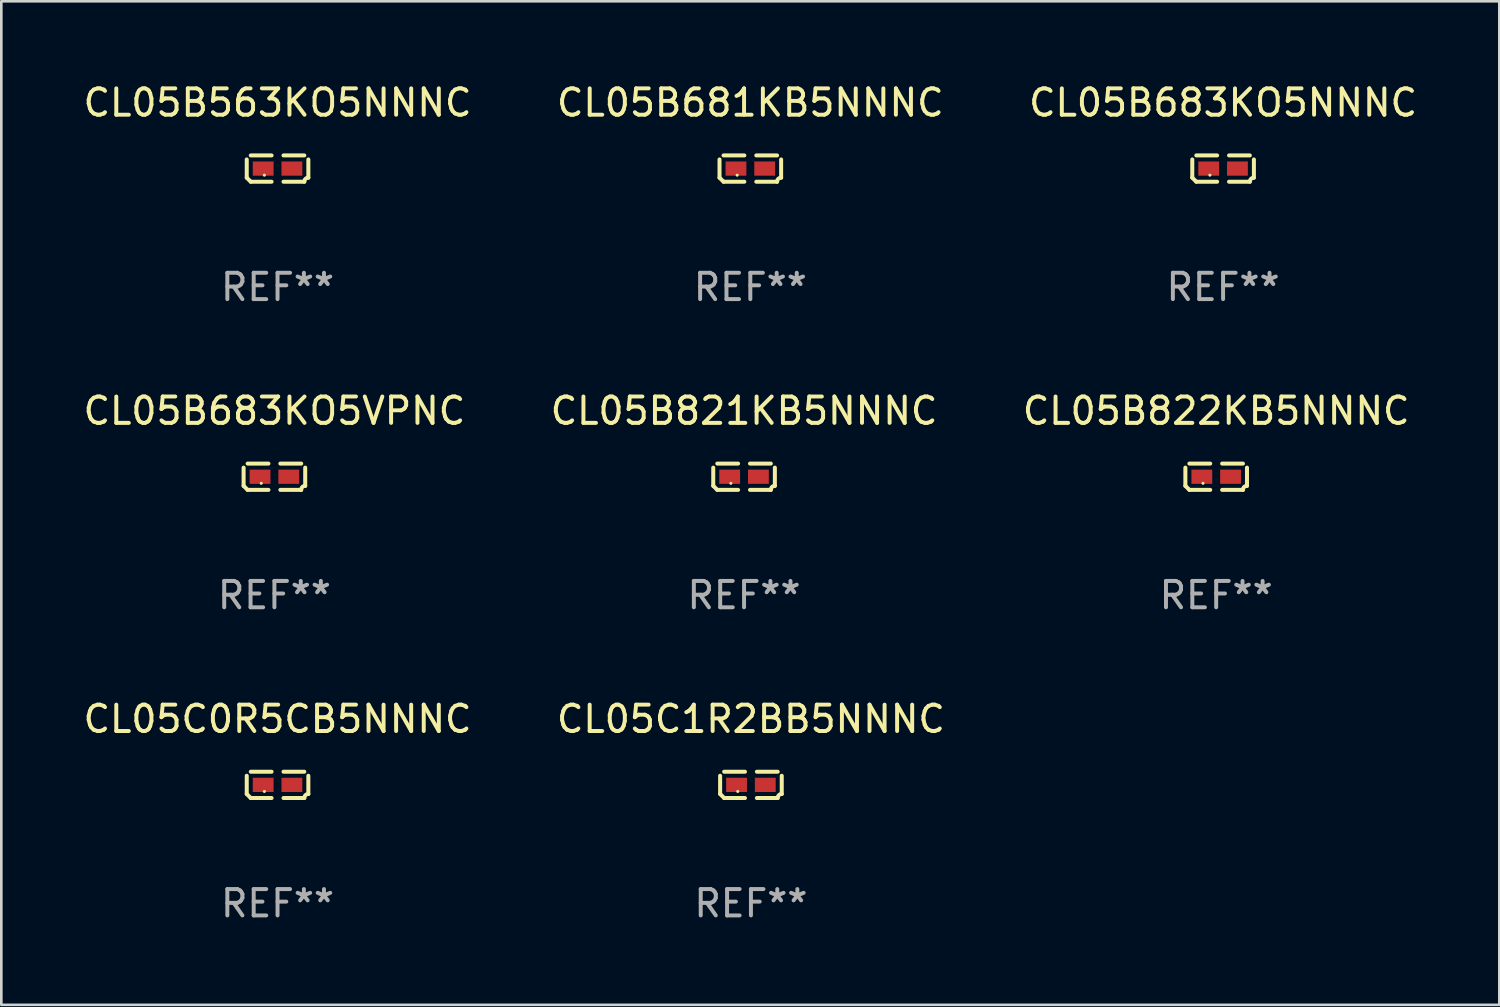
<source format=kicad_pcb>
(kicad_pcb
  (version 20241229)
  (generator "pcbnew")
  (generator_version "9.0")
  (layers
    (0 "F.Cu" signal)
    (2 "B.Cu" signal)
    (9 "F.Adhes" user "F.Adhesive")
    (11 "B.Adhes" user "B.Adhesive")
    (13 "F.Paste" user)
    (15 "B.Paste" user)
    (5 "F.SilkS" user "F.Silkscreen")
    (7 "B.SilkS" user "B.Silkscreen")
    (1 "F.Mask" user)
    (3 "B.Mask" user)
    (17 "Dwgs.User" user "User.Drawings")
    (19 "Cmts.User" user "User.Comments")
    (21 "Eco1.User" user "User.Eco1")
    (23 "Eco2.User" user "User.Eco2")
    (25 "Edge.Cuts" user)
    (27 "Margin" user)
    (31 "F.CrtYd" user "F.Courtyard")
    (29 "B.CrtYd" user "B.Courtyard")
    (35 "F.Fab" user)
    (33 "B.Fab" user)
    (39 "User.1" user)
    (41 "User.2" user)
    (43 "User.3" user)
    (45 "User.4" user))
  (footprint "CL05B821KB5NNNC"
    (layer "F.Cu")
    (at 25.185 15.041)
    (property "Reference" "CL05B821KB5NNNC" (at 0 -2.499 0) (layer "F.SilkS") (effects (font (size 1 1) (thickness 0.15))))
    (attr through_hole)
    (fp_line (start -1.169 0.346) (end -1.169 -0.346) (stroke (width 0.152) (type solid)) (layer "F.SilkS"))
    (fp_line (start -1.016 -0.499) (end -0.226 -0.499) (stroke (width 0.152) (type solid)) (layer "F.SilkS"))
    (fp_line (start -0.226 0.499) (end -1.016 0.499) (stroke (width 0.152) (type solid)) (layer "F.SilkS"))
    (fp_line (start 0.226 0.499) (end 1.016 0.499) (stroke (width 0.152) (type solid)) (layer "F.SilkS"))
    (fp_line (start 1.016 -0.499) (end 0.226 -0.499) (stroke (width 0.152) (type solid)) (layer "F.SilkS"))
    (fp_line (start 1.169 0.346) (end 1.169 -0.346) (stroke (width 0.152) (type solid)) (layer "F.SilkS"))
    (fp_arc (start -1.016307 0.498603) (mid -1.092512 0.422405) (end -1.16871 0.3462) (stroke (width 0.1524) (type solid)) (layer "F.SilkS"))
    (fp_arc (start 1.016307 0.498603) (mid 1.060899 0.390758) (end 1.168707 0.346076) (stroke (width 0.1524) (type solid)) (layer "F.SilkS"))
    (fp_circle (center -0.5 0.25) (end -0.47 0.25) (stroke (width 0.06) (type solid)) (fill no) (layer "F.SilkS"))
    (fp_text user "REF**" (at 0 4.499 0) (layer "F.Fab") (effects (font (size 1 1) (thickness 0.15))))
    (pad "1" smd rect (at -0.545 0) (size 0.79 0.54) (layers "F.Cu" "F.Mask" "F.Paste"))
    (pad "2" smd rect (at 0.545 0) (size 0.79 0.54) (layers "F.Cu" "F.Mask" "F.Paste")))
  (footprint "CL05B822KB5NNNC"
    (layer "F.Cu")
    (at 43.101 15.041)
    (property "Reference" "CL05B822KB5NNNC" (at 0 -2.499 0) (layer "F.SilkS") (effects (font (size 1 1) (thickness 0.15))))
    (attr through_hole)
    (fp_line (start -1.169 0.346) (end -1.169 -0.346) (stroke (width 0.152) (type solid)) (layer "F.SilkS"))
    (fp_line (start -1.016 -0.499) (end -0.226 -0.499) (stroke (width 0.152) (type solid)) (layer "F.SilkS"))
    (fp_line (start -0.226 0.499) (end -1.016 0.499) (stroke (width 0.152) (type solid)) (layer "F.SilkS"))
    (fp_line (start 0.226 0.499) (end 1.016 0.499) (stroke (width 0.152) (type solid)) (layer "F.SilkS"))
    (fp_line (start 1.016 -0.499) (end 0.226 -0.499) (stroke (width 0.152) (type solid)) (layer "F.SilkS"))
    (fp_line (start 1.169 0.346) (end 1.169 -0.346) (stroke (width 0.152) (type solid)) (layer "F.SilkS"))
    (fp_arc (start -1.016307 0.498603) (mid -1.092512 0.422405) (end -1.16871 0.3462) (stroke (width 0.1524) (type solid)) (layer "F.SilkS"))
    (fp_arc (start 1.016307 0.498603) (mid 1.060899 0.390758) (end 1.168707 0.346076) (stroke (width 0.1524) (type solid)) (layer "F.SilkS"))
    (fp_circle (center -0.5 0.25) (end -0.47 0.25) (stroke (width 0.06) (type solid)) (fill no) (layer "F.SilkS"))
    (fp_text user "REF**" (at 0 4.499 0) (layer "F.Fab") (effects (font (size 1 1) (thickness 0.15))))
    (pad "1" smd rect (at -0.545 0) (size 0.79 0.54) (layers "F.Cu" "F.Mask" "F.Paste"))
    (pad "2" smd rect (at 0.545 0) (size 0.79 0.54) (layers "F.Cu" "F.Mask" "F.Paste")))
  (footprint "CL05B683KO5VPNC"
    (layer "F.Cu")
    (at 7.363 15.041)
    (property "Reference" "CL05B683KO5VPNC" (at 0 -2.499 0) (layer "F.SilkS") (effects (font (size 1 1) (thickness 0.15))))
    (attr through_hole)
    (fp_line (start -1.169 0.346) (end -1.169 -0.346) (stroke (width 0.152) (type solid)) (layer "F.SilkS"))
    (fp_line (start -1.016 -0.499) (end -0.226 -0.499) (stroke (width 0.152) (type solid)) (layer "F.SilkS"))
    (fp_line (start -0.226 0.499) (end -1.016 0.499) (stroke (width 0.152) (type solid)) (layer "F.SilkS"))
    (fp_line (start 0.226 0.499) (end 1.016 0.499) (stroke (width 0.152) (type solid)) (layer "F.SilkS"))
    (fp_line (start 1.016 -0.499) (end 0.226 -0.499) (stroke (width 0.152) (type solid)) (layer "F.SilkS"))
    (fp_line (start 1.169 0.346) (end 1.169 -0.346) (stroke (width 0.152) (type solid)) (layer "F.SilkS"))
    (fp_arc (start -1.016307 0.498603) (mid -1.092512 0.422405) (end -1.16871 0.3462) (stroke (width 0.1524) (type solid)) (layer "F.SilkS"))
    (fp_arc (start 1.016307 0.498603) (mid 1.060899 0.390758) (end 1.168707 0.346076) (stroke (width 0.1524) (type solid)) (layer "F.SilkS"))
    (fp_circle (center -0.5 0.25) (end -0.47 0.25) (stroke (width 0.06) (type solid)) (fill no) (layer "F.SilkS"))
    (fp_text user "REF**" (at 0 4.499 0) (layer "F.Fab") (effects (font (size 1 1) (thickness 0.15))))
    (pad "1" smd rect (at -0.545 0) (size 0.79 0.54) (layers "F.Cu" "F.Mask" "F.Paste"))
    (pad "2" smd rect (at 0.545 0) (size 0.79 0.54) (layers "F.Cu" "F.Mask" "F.Paste")))
  (footprint "CL05C1R2BB5NNNC"
    (layer "F.Cu")
    (at 25.446 26.734)
    (property "Reference" "CL05C1R2BB5NNNC" (at 0 -2.499 0) (layer "F.SilkS") (effects (font (size 1 1) (thickness 0.15))))
    (attr through_hole)
    (fp_line (start -1.169 0.346) (end -1.169 -0.346) (stroke (width 0.152) (type solid)) (layer "F.SilkS"))
    (fp_line (start -1.016 -0.499) (end -0.226 -0.499) (stroke (width 0.152) (type solid)) (layer "F.SilkS"))
    (fp_line (start -0.226 0.499) (end -1.016 0.499) (stroke (width 0.152) (type solid)) (layer "F.SilkS"))
    (fp_line (start 0.226 0.499) (end 1.016 0.499) (stroke (width 0.152) (type solid)) (layer "F.SilkS"))
    (fp_line (start 1.016 -0.499) (end 0.226 -0.499) (stroke (width 0.152) (type solid)) (layer "F.SilkS"))
    (fp_line (start 1.169 0.346) (end 1.169 -0.346) (stroke (width 0.152) (type solid)) (layer "F.SilkS"))
    (fp_arc (start -1.016307 0.498603) (mid -1.092512 0.422405) (end -1.16871 0.3462) (stroke (width 0.1524) (type solid)) (layer "F.SilkS"))
    (fp_arc (start 1.016307 0.498603) (mid 1.060899 0.390758) (end 1.168707 0.346076) (stroke (width 0.1524) (type solid)) (layer "F.SilkS"))
    (fp_circle (center -0.5 0.25) (end -0.47 0.25) (stroke (width 0.06) (type solid)) (fill no) (layer "F.SilkS"))
    (fp_text user "REF**" (at 0 4.499 0) (layer "F.Fab") (effects (font (size 1 1) (thickness 0.15))))
    (pad "1" smd rect (at -0.545 0) (size 0.79 0.54) (layers "F.Cu" "F.Mask" "F.Paste"))
    (pad "2" smd rect (at 0.545 0) (size 0.79 0.54) (layers "F.Cu" "F.Mask" "F.Paste")))
  (footprint "CL05B683KO5NNNC"
    (layer "F.Cu")
    (at 43.363 3.347)
    (property "Reference" "CL05B683KO5NNNC" (at 0 -2.499 0) (layer "F.SilkS") (effects (font (size 1 1) (thickness 0.15))))
    (attr through_hole)
    (fp_line (start -1.169 0.346) (end -1.169 -0.346) (stroke (width 0.152) (type solid)) (layer "F.SilkS"))
    (fp_line (start -1.016 -0.499) (end -0.226 -0.499) (stroke (width 0.152) (type solid)) (layer "F.SilkS"))
    (fp_line (start -0.226 0.499) (end -1.016 0.499) (stroke (width 0.152) (type solid)) (layer "F.SilkS"))
    (fp_line (start 0.226 0.499) (end 1.016 0.499) (stroke (width 0.152) (type solid)) (layer "F.SilkS"))
    (fp_line (start 1.016 -0.499) (end 0.226 -0.499) (stroke (width 0.152) (type solid)) (layer "F.SilkS"))
    (fp_line (start 1.169 0.346) (end 1.169 -0.346) (stroke (width 0.152) (type solid)) (layer "F.SilkS"))
    (fp_arc (start -1.016307 0.498603) (mid -1.092512 0.422405) (end -1.16871 0.3462) (stroke (width 0.1524) (type solid)) (layer "F.SilkS"))
    (fp_arc (start 1.016307 0.498603) (mid 1.060899 0.390758) (end 1.168707 0.346076) (stroke (width 0.1524) (type solid)) (layer "F.SilkS"))
    (fp_circle (center -0.5 0.25) (end -0.47 0.25) (stroke (width 0.06) (type solid)) (fill no) (layer "F.SilkS"))
    (fp_text user "REF**" (at 0 4.499 0) (layer "F.Fab") (effects (font (size 1 1) (thickness 0.15))))
    (pad "1" smd rect (at -0.545 0) (size 0.79 0.54) (layers "F.Cu" "F.Mask" "F.Paste"))
    (pad "2" smd rect (at 0.545 0) (size 0.79 0.54) (layers "F.Cu" "F.Mask" "F.Paste")))
  (footprint "CL05B681KB5NNNC"
    (layer "F.Cu")
    (at 25.423 3.347)
    (property "Reference" "CL05B681KB5NNNC" (at 0 -2.499 0) (layer "F.SilkS") (effects (font (size 1 1) (thickness 0.15))))
    (attr through_hole)
    (fp_line (start -1.169 0.346) (end -1.169 -0.346) (stroke (width 0.152) (type solid)) (layer "F.SilkS"))
    (fp_line (start -1.016 -0.499) (end -0.226 -0.499) (stroke (width 0.152) (type solid)) (layer "F.SilkS"))
    (fp_line (start -0.226 0.499) (end -1.016 0.499) (stroke (width 0.152) (type solid)) (layer "F.SilkS"))
    (fp_line (start 0.226 0.499) (end 1.016 0.499) (stroke (width 0.152) (type solid)) (layer "F.SilkS"))
    (fp_line (start 1.016 -0.499) (end 0.226 -0.499) (stroke (width 0.152) (type solid)) (layer "F.SilkS"))
    (fp_line (start 1.169 0.346) (end 1.169 -0.346) (stroke (width 0.152) (type solid)) (layer "F.SilkS"))
    (fp_arc (start -1.016307 0.498603) (mid -1.092512 0.422405) (end -1.16871 0.3462) (stroke (width 0.1524) (type solid)) (layer "F.SilkS"))
    (fp_arc (start 1.016307 0.498603) (mid 1.060899 0.390758) (end 1.168707 0.346076) (stroke (width 0.1524) (type solid)) (layer "F.SilkS"))
    (fp_circle (center -0.5 0.25) (end -0.47 0.25) (stroke (width 0.06) (type solid)) (fill no) (layer "F.SilkS"))
    (fp_text user "REF**" (at 0 4.499 0) (layer "F.Fab") (effects (font (size 1 1) (thickness 0.15))))
    (pad "1" smd rect (at -0.545 0) (size 0.79 0.54) (layers "F.Cu" "F.Mask" "F.Paste"))
    (pad "2" smd rect (at 0.545 0) (size 0.79 0.54) (layers "F.Cu" "F.Mask" "F.Paste")))
  (footprint "CL05B563KO5NNNC"
    (layer "F.Cu")
    (at 7.482 3.347)
    (property "Reference" "CL05B563KO5NNNC" (at 0 -2.499 0) (layer "F.SilkS") (effects (font (size 1 1) (thickness 0.15))))
    (attr through_hole)
    (fp_line (start -1.169 0.346) (end -1.169 -0.346) (stroke (width 0.152) (type solid)) (layer "F.SilkS"))
    (fp_line (start -1.016 -0.499) (end -0.226 -0.499) (stroke (width 0.152) (type solid)) (layer "F.SilkS"))
    (fp_line (start -0.226 0.499) (end -1.016 0.499) (stroke (width 0.152) (type solid)) (layer "F.SilkS"))
    (fp_line (start 0.226 0.499) (end 1.016 0.499) (stroke (width 0.152) (type solid)) (layer "F.SilkS"))
    (fp_line (start 1.016 -0.499) (end 0.226 -0.499) (stroke (width 0.152) (type solid)) (layer "F.SilkS"))
    (fp_line (start 1.169 0.346) (end 1.169 -0.346) (stroke (width 0.152) (type solid)) (layer "F.SilkS"))
    (fp_arc (start -1.016307 0.498603) (mid -1.092512 0.422405) (end -1.16871 0.3462) (stroke (width 0.1524) (type solid)) (layer "F.SilkS"))
    (fp_arc (start 1.016307 0.498603) (mid 1.060899 0.390758) (end 1.168707 0.346076) (stroke (width 0.1524) (type solid)) (layer "F.SilkS"))
    (fp_circle (center -0.5 0.25) (end -0.47 0.25) (stroke (width 0.06) (type solid)) (fill no) (layer "F.SilkS"))
    (fp_text user "REF**" (at 0 4.499 0) (layer "F.Fab") (effects (font (size 1 1) (thickness 0.15))))
    (pad "1" smd rect (at -0.545 0) (size 0.79 0.54) (layers "F.Cu" "F.Mask" "F.Paste"))
    (pad "2" smd rect (at 0.545 0) (size 0.79 0.54) (layers "F.Cu" "F.Mask" "F.Paste")))
  (footprint "CL05C0R5CB5NNNC"
    (layer "F.Cu")
    (at 7.482 26.734)
    (property "Reference" "CL05C0R5CB5NNNC" (at 0 -2.499 0) (layer "F.SilkS") (effects (font (size 1 1) (thickness 0.15))))
    (attr through_hole)
    (fp_line (start -1.169 0.346) (end -1.169 -0.346) (stroke (width 0.152) (type solid)) (layer "F.SilkS"))
    (fp_line (start -1.016 -0.499) (end -0.226 -0.499) (stroke (width 0.152) (type solid)) (layer "F.SilkS"))
    (fp_line (start -0.226 0.499) (end -1.016 0.499) (stroke (width 0.152) (type solid)) (layer "F.SilkS"))
    (fp_line (start 0.226 0.499) (end 1.016 0.499) (stroke (width 0.152) (type solid)) (layer "F.SilkS"))
    (fp_line (start 1.016 -0.499) (end 0.226 -0.499) (stroke (width 0.152) (type solid)) (layer "F.SilkS"))
    (fp_line (start 1.169 0.346) (end 1.169 -0.346) (stroke (width 0.152) (type solid)) (layer "F.SilkS"))
    (fp_arc (start -1.016307 0.498603) (mid -1.092512 0.422405) (end -1.16871 0.3462) (stroke (width 0.1524) (type solid)) (layer "F.SilkS"))
    (fp_arc (start 1.016307 0.498603) (mid 1.060899 0.390758) (end 1.168707 0.346076) (stroke (width 0.1524) (type solid)) (layer "F.SilkS"))
    (fp_circle (center -0.5 0.25) (end -0.47 0.25) (stroke (width 0.06) (type solid)) (fill no) (layer "F.SilkS"))
    (fp_text user "REF**" (at 0 4.499 0) (layer "F.Fab") (effects (font (size 1 1) (thickness 0.15))))
    (pad "1" smd rect (at -0.545 0) (size 0.79 0.54) (layers "F.Cu" "F.Mask" "F.Paste"))
    (pad "2" smd rect (at 0.545 0) (size 0.79 0.54) (layers "F.Cu" "F.Mask" "F.Paste")))
  (gr_rect
    (start -3 -3)
    (end 53.845 35.081)
    (stroke (width 0.1) (type default))
    (fill no)
    (layer "Edge.Cuts")))
</source>
